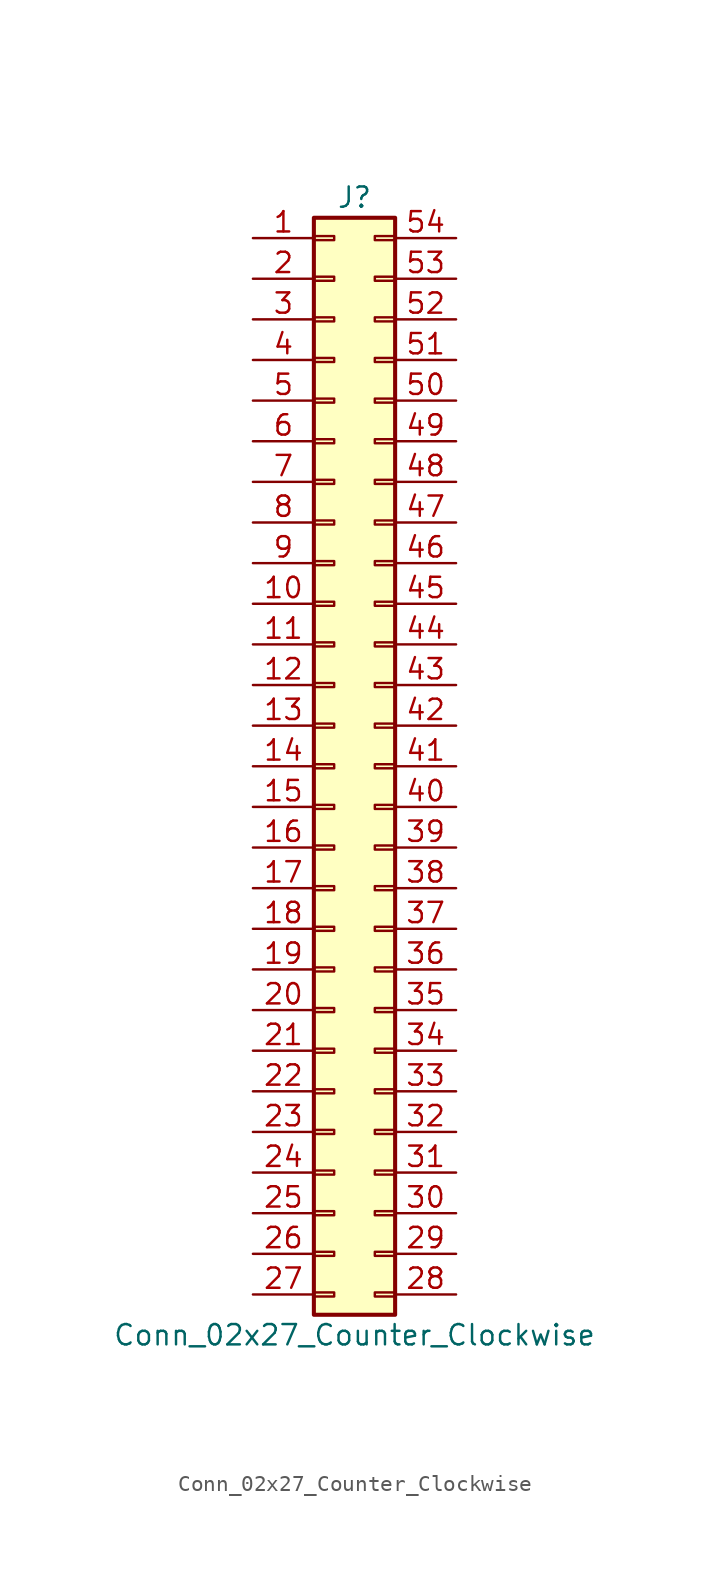
<source format=kicad_sym>
(kicad_symbol_lib
  (version 20201005)
  (generator kicad_symbol_editor)
  (symbol "Conn_02x27_Counter_Clockwise"
    (pin_names
      (offset 1.016) hide)
    (property "Reference" "J"
      (at 1.27 35.56 0)
      (effects (font (size 1.27 1.27))))
    (property "Value" "Conn_02x27_Counter_Clockwise"
      (at 1.27 -35.56 0)
      (effects (font (size 1.27 1.27))))
    (symbol "Conn_02x27_Counter_Clockwise_1_1"
      (rectangle (start -1.27 -32.893) (end 0 -33.147) (stroke (width 0.152)) (fill (type none)))
      (rectangle (start -1.27 -30.353) (end 0 -30.607) (stroke (width 0.152)) (fill (type none)))
      (rectangle (start -1.27 -27.813) (end 0 -28.067) (stroke (width 0.152)) (fill (type none)))
      (rectangle (start -1.27 -25.273) (end 0 -25.527) (stroke (width 0.152)) (fill (type none)))
      (rectangle (start -1.27 -22.733) (end 0 -22.987) (stroke (width 0.152)) (fill (type none)))
      (rectangle (start -1.27 -20.193) (end 0 -20.447) (stroke (width 0.152)) (fill (type none)))
      (rectangle (start -1.27 -17.653) (end 0 -17.907) (stroke (width 0.152)) (fill (type none)))
      (rectangle (start -1.27 -15.113) (end 0 -15.367) (stroke (width 0.152)) (fill (type none)))
      (rectangle (start -1.27 -12.573) (end 0 -12.827) (stroke (width 0.152)) (fill (type none)))
      (rectangle (start -1.27 -10.033) (end 0 -10.287) (stroke (width 0.152)) (fill (type none)))
      (rectangle (start -1.27 -7.493) (end 0 -7.747) (stroke (width 0.152)) (fill (type none)))
      (rectangle (start -1.27 -4.953) (end 0 -5.207) (stroke (width 0.152)) (fill (type none)))
      (rectangle (start -1.27 -2.413) (end 0 -2.667) (stroke (width 0.152)) (fill (type none)))
      (rectangle (start -1.27 0.127) (end 0 -0.127) (stroke (width 0.152)) (fill (type none)))
      (rectangle (start -1.27 2.667) (end 0 2.413) (stroke (width 0.152)) (fill (type none)))
      (rectangle (start -1.27 5.207) (end 0 4.953) (stroke (width 0.152)) (fill (type none)))
      (rectangle (start -1.27 7.747) (end 0 7.493) (stroke (width 0.152)) (fill (type none)))
      (rectangle (start -1.27 10.287) (end 0 10.033) (stroke (width 0.152)) (fill (type none)))
      (rectangle (start -1.27 12.827) (end 0 12.573) (stroke (width 0.152)) (fill (type none)))
      (rectangle (start -1.27 15.367) (end 0 15.113) (stroke (width 0.152)) (fill (type none)))
      (rectangle (start -1.27 17.907) (end 0 17.653) (stroke (width 0.152)) (fill (type none)))
      (rectangle (start -1.27 20.447) (end 0 20.193) (stroke (width 0.152)) (fill (type none)))
      (rectangle (start -1.27 22.987) (end 0 22.733) (stroke (width 0.152)) (fill (type none)))
      (rectangle (start -1.27 25.527) (end 0 25.273) (stroke (width 0.152)) (fill (type none)))
      (rectangle (start -1.27 28.067) (end 0 27.813) (stroke (width 0.152)) (fill (type none)))
      (rectangle (start -1.27 30.607) (end 0 30.353) (stroke (width 0.152)) (fill (type none)))
      (rectangle (start -1.27 33.147) (end 0 32.893) (stroke (width 0.152)) (fill (type none)))
      (rectangle (start 3.81 -32.893) (end 2.54 -33.147) (stroke (width 0.152)) (fill (type none)))
      (rectangle (start 3.81 -30.353) (end 2.54 -30.607) (stroke (width 0.152)) (fill (type none)))
      (rectangle (start 3.81 -27.813) (end 2.54 -28.067) (stroke (width 0.152)) (fill (type none)))
      (rectangle (start 3.81 -25.273) (end 2.54 -25.527) (stroke (width 0.152)) (fill (type none)))
      (rectangle (start 3.81 -22.733) (end 2.54 -22.987) (stroke (width 0.152)) (fill (type none)))
      (rectangle (start 3.81 -20.193) (end 2.54 -20.447) (stroke (width 0.152)) (fill (type none)))
      (rectangle (start 3.81 -17.653) (end 2.54 -17.907) (stroke (width 0.152)) (fill (type none)))
      (rectangle (start 3.81 -15.113) (end 2.54 -15.367) (stroke (width 0.152)) (fill (type none)))
      (rectangle (start 3.81 -12.573) (end 2.54 -12.827) (stroke (width 0.152)) (fill (type none)))
      (rectangle (start 3.81 -10.033) (end 2.54 -10.287) (stroke (width 0.152)) (fill (type none)))
      (rectangle (start 3.81 -7.493) (end 2.54 -7.747) (stroke (width 0.152)) (fill (type none)))
      (rectangle (start 3.81 -4.953) (end 2.54 -5.207) (stroke (width 0.152)) (fill (type none)))
      (rectangle (start 3.81 -2.413) (end 2.54 -2.667) (stroke (width 0.152)) (fill (type none)))
      (rectangle (start 3.81 0.127) (end 2.54 -0.127) (stroke (width 0.152)) (fill (type none)))
      (rectangle (start 3.81 2.667) (end 2.54 2.413) (stroke (width 0.152)) (fill (type none)))
      (rectangle (start 3.81 5.207) (end 2.54 4.953) (stroke (width 0.152)) (fill (type none)))
      (rectangle (start 3.81 7.747) (end 2.54 7.493) (stroke (width 0.152)) (fill (type none)))
      (rectangle (start 3.81 10.287) (end 2.54 10.033) (stroke (width 0.152)) (fill (type none)))
      (rectangle (start 3.81 12.827) (end 2.54 12.573) (stroke (width 0.152)) (fill (type none)))
      (rectangle (start 3.81 15.367) (end 2.54 15.113) (stroke (width 0.152)) (fill (type none)))
      (rectangle (start 3.81 17.907) (end 2.54 17.653) (stroke (width 0.152)) (fill (type none)))
      (rectangle (start 3.81 20.447) (end 2.54 20.193) (stroke (width 0.152)) (fill (type none)))
      (rectangle (start 3.81 22.987) (end 2.54 22.733) (stroke (width 0.152)) (fill (type none)))
      (rectangle (start 3.81 25.527) (end 2.54 25.273) (stroke (width 0.152)) (fill (type none)))
      (rectangle (start 3.81 28.067) (end 2.54 27.813) (stroke (width 0.152)) (fill (type none)))
      (rectangle (start 3.81 30.607) (end 2.54 30.353) (stroke (width 0.152)) (fill (type none)))
      (rectangle (start 3.81 33.147) (end 2.54 32.893) (stroke (width 0.152)) (fill (type none)))
      (rectangle (start -1.27 34.29) (end 3.81 -34.29) (stroke (width 0.254)) (fill (type background)))
      (pin passive line (at -5.08 33.02 0) (length 3.81) (name "Pin_1" (effects (font (size 1.27 1.27)))) (number "1" (effects (font (size 1.27 1.27)))))
      (pin passive line (at -5.08 10.16 0) (length 3.81) (name "Pin_10" (effects (font (size 1.27 1.27)))) (number "10" (effects (font (size 1.27 1.27)))))
      (pin passive line (at -5.08 7.62 0) (length 3.81) (name "Pin_11" (effects (font (size 1.27 1.27)))) (number "11" (effects (font (size 1.27 1.27)))))
      (pin passive line (at -5.08 5.08 0) (length 3.81) (name "Pin_12" (effects (font (size 1.27 1.27)))) (number "12" (effects (font (size 1.27 1.27)))))
      (pin passive line (at -5.08 2.54 0) (length 3.81) (name "Pin_13" (effects (font (size 1.27 1.27)))) (number "13" (effects (font (size 1.27 1.27)))))
      (pin passive line (at -5.08 0 0) (length 3.81) (name "Pin_14" (effects (font (size 1.27 1.27)))) (number "14" (effects (font (size 1.27 1.27)))))
      (pin passive line (at -5.08 -2.54 0) (length 3.81) (name "Pin_15" (effects (font (size 1.27 1.27)))) (number "15" (effects (font (size 1.27 1.27)))))
      (pin passive line (at -5.08 -5.08 0) (length 3.81) (name "Pin_16" (effects (font (size 1.27 1.27)))) (number "16" (effects (font (size 1.27 1.27)))))
      (pin passive line (at -5.08 -7.62 0) (length 3.81) (name "Pin_17" (effects (font (size 1.27 1.27)))) (number "17" (effects (font (size 1.27 1.27)))))
      (pin passive line (at -5.08 -10.16 0) (length 3.81) (name "Pin_18" (effects (font (size 1.27 1.27)))) (number "18" (effects (font (size 1.27 1.27)))))
      (pin passive line (at -5.08 -12.7 0) (length 3.81) (name "Pin_19" (effects (font (size 1.27 1.27)))) (number "19" (effects (font (size 1.27 1.27)))))
      (pin passive line (at -5.08 30.48 0) (length 3.81) (name "Pin_2" (effects (font (size 1.27 1.27)))) (number "2" (effects (font (size 1.27 1.27)))))
      (pin passive line (at -5.08 -15.24 0) (length 3.81) (name "Pin_20" (effects (font (size 1.27 1.27)))) (number "20" (effects (font (size 1.27 1.27)))))
      (pin passive line (at -5.08 -17.78 0) (length 3.81) (name "Pin_21" (effects (font (size 1.27 1.27)))) (number "21" (effects (font (size 1.27 1.27)))))
      (pin passive line (at -5.08 -20.32 0) (length 3.81) (name "Pin_22" (effects (font (size 1.27 1.27)))) (number "22" (effects (font (size 1.27 1.27)))))
      (pin passive line (at -5.08 -22.86 0) (length 3.81) (name "Pin_23" (effects (font (size 1.27 1.27)))) (number "23" (effects (font (size 1.27 1.27)))))
      (pin passive line (at -5.08 -25.4 0) (length 3.81) (name "Pin_24" (effects (font (size 1.27 1.27)))) (number "24" (effects (font (size 1.27 1.27)))))
      (pin passive line (at -5.08 -27.94 0) (length 3.81) (name "Pin_25" (effects (font (size 1.27 1.27)))) (number "25" (effects (font (size 1.27 1.27)))))
      (pin passive line (at -5.08 -30.48 0) (length 3.81) (name "Pin_26" (effects (font (size 1.27 1.27)))) (number "26" (effects (font (size 1.27 1.27)))))
      (pin passive line (at -5.08 -33.02 0) (length 3.81) (name "Pin_27" (effects (font (size 1.27 1.27)))) (number "27" (effects (font (size 1.27 1.27)))))
      (pin passive line (at 7.62 -33.02 180) (length 3.81) (name "Pin_28" (effects (font (size 1.27 1.27)))) (number "28" (effects (font (size 1.27 1.27)))))
      (pin passive line (at 7.62 -30.48 180) (length 3.81) (name "Pin_29" (effects (font (size 1.27 1.27)))) (number "29" (effects (font (size 1.27 1.27)))))
      (pin passive line (at -5.08 27.94 0) (length 3.81) (name "Pin_3" (effects (font (size 1.27 1.27)))) (number "3" (effects (font (size 1.27 1.27)))))
      (pin passive line (at 7.62 -27.94 180) (length 3.81) (name "Pin_30" (effects (font (size 1.27 1.27)))) (number "30" (effects (font (size 1.27 1.27)))))
      (pin passive line (at 7.62 -25.4 180) (length 3.81) (name "Pin_31" (effects (font (size 1.27 1.27)))) (number "31" (effects (font (size 1.27 1.27)))))
      (pin passive line (at 7.62 -22.86 180) (length 3.81) (name "Pin_32" (effects (font (size 1.27 1.27)))) (number "32" (effects (font (size 1.27 1.27)))))
      (pin passive line (at 7.62 -20.32 180) (length 3.81) (name "Pin_33" (effects (font (size 1.27 1.27)))) (number "33" (effects (font (size 1.27 1.27)))))
      (pin passive line (at 7.62 -17.78 180) (length 3.81) (name "Pin_34" (effects (font (size 1.27 1.27)))) (number "34" (effects (font (size 1.27 1.27)))))
      (pin passive line (at 7.62 -15.24 180) (length 3.81) (name "Pin_35" (effects (font (size 1.27 1.27)))) (number "35" (effects (font (size 1.27 1.27)))))
      (pin passive line (at 7.62 -12.7 180) (length 3.81) (name "Pin_36" (effects (font (size 1.27 1.27)))) (number "36" (effects (font (size 1.27 1.27)))))
      (pin passive line (at 7.62 -10.16 180) (length 3.81) (name "Pin_37" (effects (font (size 1.27 1.27)))) (number "37" (effects (font (size 1.27 1.27)))))
      (pin passive line (at 7.62 -7.62 180) (length 3.81) (name "Pin_38" (effects (font (size 1.27 1.27)))) (number "38" (effects (font (size 1.27 1.27)))))
      (pin passive line (at 7.62 -5.08 180) (length 3.81) (name "Pin_39" (effects (font (size 1.27 1.27)))) (number "39" (effects (font (size 1.27 1.27)))))
      (pin passive line (at -5.08 25.4 0) (length 3.81) (name "Pin_4" (effects (font (size 1.27 1.27)))) (number "4" (effects (font (size 1.27 1.27)))))
      (pin passive line (at 7.62 -2.54 180) (length 3.81) (name "Pin_40" (effects (font (size 1.27 1.27)))) (number "40" (effects (font (size 1.27 1.27)))))
      (pin passive line (at 7.62 0 180) (length 3.81) (name "Pin_41" (effects (font (size 1.27 1.27)))) (number "41" (effects (font (size 1.27 1.27)))))
      (pin passive line (at 7.62 2.54 180) (length 3.81) (name "Pin_42" (effects (font (size 1.27 1.27)))) (number "42" (effects (font (size 1.27 1.27)))))
      (pin passive line (at 7.62 5.08 180) (length 3.81) (name "Pin_43" (effects (font (size 1.27 1.27)))) (number "43" (effects (font (size 1.27 1.27)))))
      (pin passive line (at 7.62 7.62 180) (length 3.81) (name "Pin_44" (effects (font (size 1.27 1.27)))) (number "44" (effects (font (size 1.27 1.27)))))
      (pin passive line (at 7.62 10.16 180) (length 3.81) (name "Pin_45" (effects (font (size 1.27 1.27)))) (number "45" (effects (font (size 1.27 1.27)))))
      (pin passive line (at 7.62 12.7 180) (length 3.81) (name "Pin_46" (effects (font (size 1.27 1.27)))) (number "46" (effects (font (size 1.27 1.27)))))
      (pin passive line (at 7.62 15.24 180) (length 3.81) (name "Pin_47" (effects (font (size 1.27 1.27)))) (number "47" (effects (font (size 1.27 1.27)))))
      (pin passive line (at 7.62 17.78 180) (length 3.81) (name "Pin_48" (effects (font (size 1.27 1.27)))) (number "48" (effects (font (size 1.27 1.27)))))
      (pin passive line (at 7.62 20.32 180) (length 3.81) (name "Pin_49" (effects (font (size 1.27 1.27)))) (number "49" (effects (font (size 1.27 1.27)))))
      (pin passive line (at -5.08 22.86 0) (length 3.81) (name "Pin_5" (effects (font (size 1.27 1.27)))) (number "5" (effects (font (size 1.27 1.27)))))
      (pin passive line (at 7.62 22.86 180) (length 3.81) (name "Pin_50" (effects (font (size 1.27 1.27)))) (number "50" (effects (font (size 1.27 1.27)))))
      (pin passive line (at 7.62 25.4 180) (length 3.81) (name "Pin_51" (effects (font (size 1.27 1.27)))) (number "51" (effects (font (size 1.27 1.27)))))
      (pin passive line (at 7.62 27.94 180) (length 3.81) (name "Pin_52" (effects (font (size 1.27 1.27)))) (number "52" (effects (font (size 1.27 1.27)))))
      (pin passive line (at 7.62 30.48 180) (length 3.81) (name "Pin_53" (effects (font (size 1.27 1.27)))) (number "53" (effects (font (size 1.27 1.27)))))
      (pin passive line (at 7.62 33.02 180) (length 3.81) (name "Pin_54" (effects (font (size 1.27 1.27)))) (number "54" (effects (font (size 1.27 1.27)))))
      (pin passive line (at -5.08 20.32 0) (length 3.81) (name "Pin_6" (effects (font (size 1.27 1.27)))) (number "6" (effects (font (size 1.27 1.27)))))
      (pin passive line (at -5.08 17.78 0) (length 3.81) (name "Pin_7" (effects (font (size 1.27 1.27)))) (number "7" (effects (font (size 1.27 1.27)))))
      (pin passive line (at -5.08 15.24 0) (length 3.81) (name "Pin_8" (effects (font (size 1.27 1.27)))) (number "8" (effects (font (size 1.27 1.27)))))
      (pin passive line (at -5.08 12.7 0) (length 3.81) (name "Pin_9" (effects (font (size 1.27 1.27)))) (number "9" (effects (font (size 1.27 1.27))))))))
</source>
